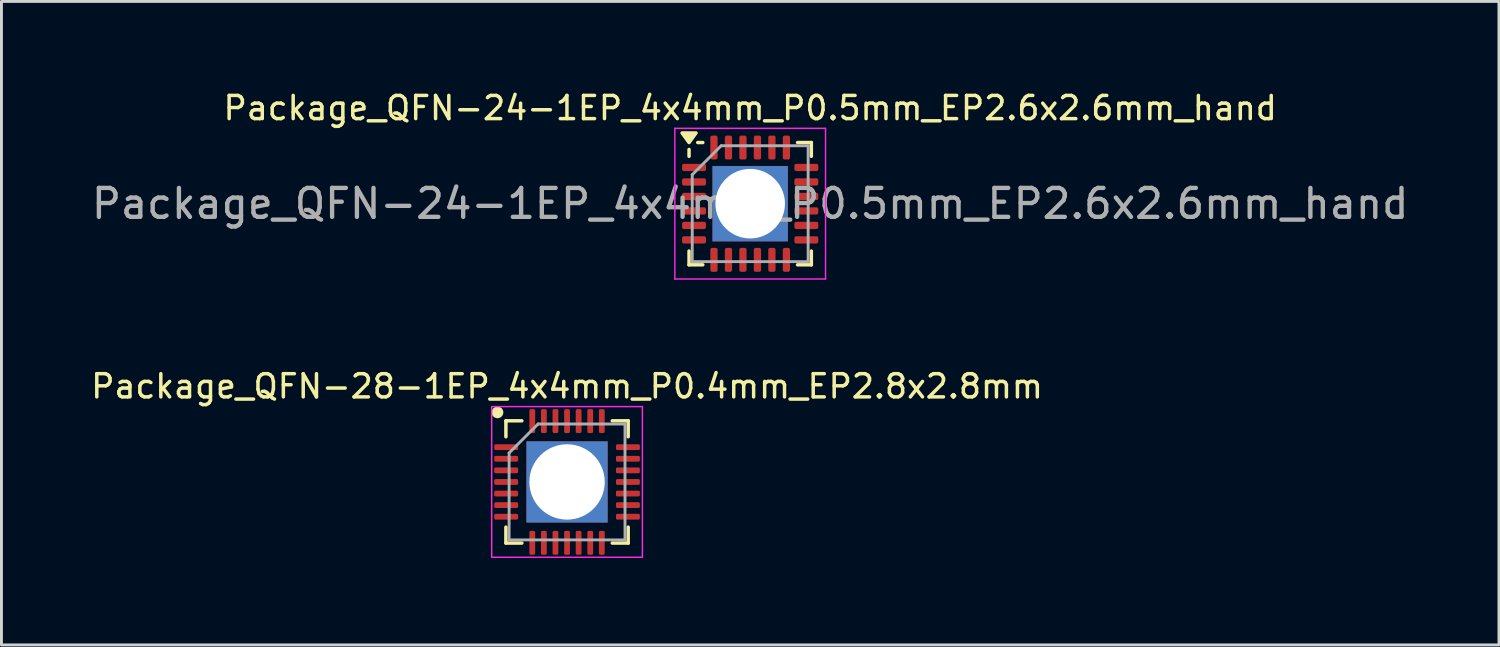
<source format=kicad_pcb>
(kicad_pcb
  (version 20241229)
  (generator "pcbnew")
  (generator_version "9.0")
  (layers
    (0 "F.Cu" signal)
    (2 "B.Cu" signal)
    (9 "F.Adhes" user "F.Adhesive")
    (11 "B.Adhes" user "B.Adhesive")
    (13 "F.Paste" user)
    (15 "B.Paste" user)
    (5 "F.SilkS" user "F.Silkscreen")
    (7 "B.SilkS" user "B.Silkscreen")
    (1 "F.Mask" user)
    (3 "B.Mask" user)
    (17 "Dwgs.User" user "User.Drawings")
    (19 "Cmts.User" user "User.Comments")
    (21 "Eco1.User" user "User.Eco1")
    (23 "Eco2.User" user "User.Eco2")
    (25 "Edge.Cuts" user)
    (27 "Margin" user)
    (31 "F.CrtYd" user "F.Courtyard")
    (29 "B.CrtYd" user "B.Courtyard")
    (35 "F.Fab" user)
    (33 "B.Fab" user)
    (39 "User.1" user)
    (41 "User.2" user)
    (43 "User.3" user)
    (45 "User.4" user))
  (footprint "Package_QFN-24-1EP_4x4mm_P0.5mm_EP2.6x2.6mm_hand"
    (layer "F.Cu")
    (at 22.839 3.979)
    (property "Reference" "Package_QFN-24-1EP_4x4mm_P0.5mm_EP2.6x2.6mm_hand" (at 0 -3.3 0) (layer "F.SilkS") (effects (font (size 0.8 0.8) (thickness 0.12))))
    (attr smd)
    (fp_line (start -2.11 -1.635) (end -2.11 -1.87) (stroke (width 0.12) (type solid)) (layer "F.SilkS"))
    (fp_line (start -2.11 2.11) (end -2.11 1.635) (stroke (width 0.12) (type solid)) (layer "F.SilkS"))
    (fp_line (start -1.635 -2.11) (end -1.81 -2.11) (stroke (width 0.12) (type solid)) (layer "F.SilkS"))
    (fp_line (start -1.635 2.11) (end -2.11 2.11) (stroke (width 0.12) (type solid)) (layer "F.SilkS"))
    (fp_line (start 1.635 -2.11) (end 2.11 -2.11) (stroke (width 0.12) (type solid)) (layer "F.SilkS"))
    (fp_line (start 1.635 2.11) (end 2.11 2.11) (stroke (width 0.12) (type solid)) (layer "F.SilkS"))
    (fp_line (start 2.11 -2.11) (end 2.11 -1.635) (stroke (width 0.12) (type solid)) (layer "F.SilkS"))
    (fp_line (start 2.11 2.11) (end 2.11 1.635) (stroke (width 0.12) (type solid)) (layer "F.SilkS"))
    (fp_poly (pts (xy -2.11 -2.11) (xy -2.35 -2.44) (xy -1.87 -2.44) (xy -2.11 -2.11)) (stroke (width 0.12) (type solid)) (fill yes) (layer "F.SilkS"))
    (fp_line (start -2.6 -2.6) (end -2.6 2.6) (stroke (width 0.05) (type solid)) (layer "F.CrtYd"))
    (fp_line (start -2.6 2.6) (end 2.6 2.6) (stroke (width 0.05) (type solid)) (layer "F.CrtYd"))
    (fp_line (start 2.6 -2.6) (end -2.6 -2.6) (stroke (width 0.05) (type solid)) (layer "F.CrtYd"))
    (fp_line (start 2.6 2.6) (end 2.6 -2.6) (stroke (width 0.05) (type solid)) (layer "F.CrtYd"))
    (fp_line (start -2 -1) (end -1 -2) (stroke (width 0.1) (type solid)) (layer "F.Fab"))
    (fp_line (start -2 2) (end -2 -1) (stroke (width 0.1) (type solid)) (layer "F.Fab"))
    (fp_line (start -1 -2) (end 2 -2) (stroke (width 0.1) (type solid)) (layer "F.Fab"))
    (fp_line (start 2 -2) (end 2 2) (stroke (width 0.1) (type solid)) (layer "F.Fab"))
    (fp_line (start 2 2) (end -2 2) (stroke (width 0.1) (type solid)) (layer "F.Fab"))
    (fp_text user "${REFERENCE}" (at 0 0 0) (layer "F.Fab") (effects (font (size 1 1) (thickness 0.15))))
    (pad "1" smd roundrect (at -1.938 -1.25) (size 0.825 0.25) (layers "F.Cu" "F.Mask" "F.Paste") (roundrect_rratio 0.25))
    (pad "2" smd roundrect (at -1.938 -0.75) (size 0.825 0.25) (layers "F.Cu" "F.Mask" "F.Paste") (roundrect_rratio 0.25))
    (pad "3" smd roundrect (at -1.938 -0.25) (size 0.825 0.25) (layers "F.Cu" "F.Mask" "F.Paste") (roundrect_rratio 0.25))
    (pad "4" smd roundrect (at -1.938 0.25) (size 0.825 0.25) (layers "F.Cu" "F.Mask" "F.Paste") (roundrect_rratio 0.25))
    (pad "5" smd roundrect (at -1.938 0.75) (size 0.825 0.25) (layers "F.Cu" "F.Mask" "F.Paste") (roundrect_rratio 0.25))
    (pad "6" smd roundrect (at -1.938 1.25) (size 0.825 0.25) (layers "F.Cu" "F.Mask" "F.Paste") (roundrect_rratio 0.25))
    (pad "7" smd roundrect (at -1.25 1.938) (size 0.25 0.825) (layers "F.Cu" "F.Mask" "F.Paste") (roundrect_rratio 0.25))
    (pad "8" smd roundrect (at -0.75 1.938) (size 0.25 0.825) (layers "F.Cu" "F.Mask" "F.Paste") (roundrect_rratio 0.25))
    (pad "9" smd roundrect (at -0.25 1.938) (size 0.25 0.825) (layers "F.Cu" "F.Mask" "F.Paste") (roundrect_rratio 0.25))
    (pad "10" smd roundrect (at 0.25 1.938) (size 0.25 0.825) (layers "F.Cu" "F.Mask" "F.Paste") (roundrect_rratio 0.25))
    (pad "11" smd roundrect (at 0.75 1.938) (size 0.25 0.825) (layers "F.Cu" "F.Mask" "F.Paste") (roundrect_rratio 0.25))
    (pad "12" smd roundrect (at 1.25 1.938) (size 0.25 0.825) (layers "F.Cu" "F.Mask" "F.Paste") (roundrect_rratio 0.25))
    (pad "13" smd roundrect (at 1.938 1.25) (size 0.825 0.25) (layers "F.Cu" "F.Mask" "F.Paste") (roundrect_rratio 0.25))
    (pad "14" smd roundrect (at 1.938 0.75) (size 0.825 0.25) (layers "F.Cu" "F.Mask" "F.Paste") (roundrect_rratio 0.25))
    (pad "15" smd roundrect (at 1.938 0.25) (size 0.825 0.25) (layers "F.Cu" "F.Mask" "F.Paste") (roundrect_rratio 0.25))
    (pad "16" smd roundrect (at 1.938 -0.25) (size 0.825 0.25) (layers "F.Cu" "F.Mask" "F.Paste") (roundrect_rratio 0.25))
    (pad "17" smd roundrect (at 1.938 -0.75) (size 0.825 0.25) (layers "F.Cu" "F.Mask" "F.Paste") (roundrect_rratio 0.25))
    (pad "18" smd roundrect (at 1.938 -1.25) (size 0.825 0.25) (layers "F.Cu" "F.Mask" "F.Paste") (roundrect_rratio 0.25))
    (pad "19" smd roundrect (at 1.25 -1.938) (size 0.25 0.825) (layers "F.Cu" "F.Mask" "F.Paste") (roundrect_rratio 0.25))
    (pad "20" smd roundrect (at 0.75 -1.938) (size 0.25 0.825) (layers "F.Cu" "F.Mask" "F.Paste") (roundrect_rratio 0.25))
    (pad "21" smd roundrect (at 0.25 -1.938) (size 0.25 0.825) (layers "F.Cu" "F.Mask" "F.Paste") (roundrect_rratio 0.25))
    (pad "22" smd roundrect (at -0.25 -1.938) (size 0.25 0.825) (layers "F.Cu" "F.Mask" "F.Paste") (roundrect_rratio 0.25))
    (pad "23" smd roundrect (at -0.75 -1.938) (size 0.25 0.825) (layers "F.Cu" "F.Mask" "F.Paste") (roundrect_rratio 0.25))
    (pad "24" smd roundrect (at -1.25 -1.938) (size 0.25 0.825) (layers "F.Cu" "F.Mask" "F.Paste") (roundrect_rratio 0.25))
    (pad "25" thru_hole rect (at 0 0) (size 2.6 2.6) (drill 2.4) (property pad_prop_heatsink) (layers "*.Cu" "*.Mask")))
  (footprint "Package_QFN-28-1EP_4x4mm_P0.4mm_EP2.8x2.8mm"
    (layer "F.Cu")
    (at 16.519 13.582)
    (property "Reference" "Package_QFN-28-1EP_4x4mm_P0.4mm_EP2.8x2.8mm" (at 0 -3.3 0) (layer "F.SilkS") (effects (font (size 0.8 0.8) (thickness 0.12))))
    (attr smd)
    (fp_line (start -2.11 -2.11) (end -2.11 -1.56) (stroke (width 0.12) (type solid)) (layer "F.SilkS"))
    (fp_line (start -2.11 2.11) (end -2.11 1.56) (stroke (width 0.12) (type solid)) (layer "F.SilkS"))
    (fp_line (start -1.56 -2.11) (end -2.11 -2.11) (stroke (width 0.12) (type solid)) (layer "F.SilkS"))
    (fp_line (start -1.56 2.11) (end -2.11 2.11) (stroke (width 0.12) (type solid)) (layer "F.SilkS"))
    (fp_line (start 1.56 -2.11) (end 2.11 -2.11) (stroke (width 0.12) (type solid)) (layer "F.SilkS"))
    (fp_line (start 1.56 2.11) (end 2.11 2.11) (stroke (width 0.12) (type solid)) (layer "F.SilkS"))
    (fp_line (start 2.11 -2.11) (end 2.11 -1.56) (stroke (width 0.12) (type solid)) (layer "F.SilkS"))
    (fp_line (start 2.11 2.11) (end 2.11 1.56) (stroke (width 0.12) (type solid)) (layer "F.SilkS"))
    (fp_circle (center -2.4 -2.4) (end -2.259 -2.4) (stroke (width 0.12) (type solid)) (fill yes) (layer "F.SilkS"))
    (fp_line (start -2.6 -2.6) (end -2.6 2.6) (stroke (width 0.05) (type solid)) (layer "F.CrtYd"))
    (fp_line (start -2.6 2.6) (end 2.6 2.6) (stroke (width 0.05) (type solid)) (layer "F.CrtYd"))
    (fp_line (start 2.6 -2.6) (end -2.6 -2.6) (stroke (width 0.05) (type solid)) (layer "F.CrtYd"))
    (fp_line (start 2.6 2.6) (end 2.6 -2.6) (stroke (width 0.05) (type solid)) (layer "F.CrtYd"))
    (fp_line (start -2 -1) (end -1 -2) (stroke (width 0.1) (type solid)) (layer "F.Fab"))
    (fp_line (start -2 2) (end -2 -1) (stroke (width 0.1) (type solid)) (layer "F.Fab"))
    (fp_line (start -1 -2) (end 2 -2) (stroke (width 0.1) (type solid)) (layer "F.Fab"))
    (fp_line (start 2 -2) (end 2 2) (stroke (width 0.1) (type solid)) (layer "F.Fab"))
    (fp_line (start 2 2) (end -2 2) (stroke (width 0.1) (type solid)) (layer "F.Fab"))
    (pad "0" thru_hole rect (at 0 0) (size 2.8 2.8) (drill 2.6) (layers "*.Cu" "*.Mask"))
    (pad "1" smd roundrect (at -2.1 -1.2) (size 0.825 0.2) (layers "F.Cu" "F.Mask" "F.Paste") (roundrect_rratio 0.25))
    (pad "2" smd roundrect (at -2.1 -0.8) (size 0.825 0.2) (layers "F.Cu" "F.Mask" "F.Paste") (roundrect_rratio 0.25))
    (pad "3" smd roundrect (at -2.1 -0.4) (size 0.825 0.2) (layers "F.Cu" "F.Mask" "F.Paste") (roundrect_rratio 0.25))
    (pad "4" smd roundrect (at -2.1 0) (size 0.825 0.2) (layers "F.Cu" "F.Mask" "F.Paste") (roundrect_rratio 0.25))
    (pad "5" smd roundrect (at -2.1 0.4) (size 0.825 0.2) (layers "F.Cu" "F.Mask" "F.Paste") (roundrect_rratio 0.25))
    (pad "6" smd roundrect (at -2.1 0.8) (size 0.825 0.2) (layers "F.Cu" "F.Mask" "F.Paste") (roundrect_rratio 0.25))
    (pad "7" smd roundrect (at -2.1 1.2) (size 0.825 0.2) (layers "F.Cu" "F.Mask" "F.Paste") (roundrect_rratio 0.25))
    (pad "8" smd roundrect (at -1.2 2.1) (size 0.2 0.825) (layers "F.Cu" "F.Mask" "F.Paste") (roundrect_rratio 0.25))
    (pad "9" smd roundrect (at -0.8 2.1) (size 0.2 0.825) (layers "F.Cu" "F.Mask" "F.Paste") (roundrect_rratio 0.25))
    (pad "10" smd roundrect (at -0.4 2.1) (size 0.2 0.825) (layers "F.Cu" "F.Mask" "F.Paste") (roundrect_rratio 0.25))
    (pad "11" smd roundrect (at 0 2.1) (size 0.2 0.825) (layers "F.Cu" "F.Mask" "F.Paste") (roundrect_rratio 0.25))
    (pad "12" smd roundrect (at 0.4 2.1) (size 0.2 0.825) (layers "F.Cu" "F.Mask" "F.Paste") (roundrect_rratio 0.25))
    (pad "13" smd roundrect (at 0.8 2.1) (size 0.2 0.825) (layers "F.Cu" "F.Mask" "F.Paste") (roundrect_rratio 0.25))
    (pad "14" smd roundrect (at 1.2 2.1) (size 0.2 0.825) (layers "F.Cu" "F.Mask" "F.Paste") (roundrect_rratio 0.25))
    (pad "15" smd roundrect (at 2.1 1.2) (size 0.825 0.2) (layers "F.Cu" "F.Mask" "F.Paste") (roundrect_rratio 0.25))
    (pad "16" smd roundrect (at 2.1 0.8) (size 0.825 0.2) (layers "F.Cu" "F.Mask" "F.Paste") (roundrect_rratio 0.25))
    (pad "17" smd roundrect (at 2.1 0.4) (size 0.825 0.2) (layers "F.Cu" "F.Mask" "F.Paste") (roundrect_rratio 0.25))
    (pad "18" smd roundrect (at 2.1 0) (size 0.825 0.2) (layers "F.Cu" "F.Mask" "F.Paste") (roundrect_rratio 0.25))
    (pad "19" smd roundrect (at 2.1 -0.4) (size 0.825 0.2) (layers "F.Cu" "F.Mask" "F.Paste") (roundrect_rratio 0.25))
    (pad "20" smd roundrect (at 2.1 -0.8) (size 0.825 0.2) (layers "F.Cu" "F.Mask" "F.Paste") (roundrect_rratio 0.25))
    (pad "21" smd roundrect (at 2.1 -1.2) (size 0.825 0.2) (layers "F.Cu" "F.Mask" "F.Paste") (roundrect_rratio 0.25))
    (pad "22" smd roundrect (at 1.2 -2.1) (size 0.2 0.825) (layers "F.Cu" "F.Mask" "F.Paste") (roundrect_rratio 0.25))
    (pad "23" smd roundrect (at 0.8 -2.1) (size 0.2 0.825) (layers "F.Cu" "F.Mask" "F.Paste") (roundrect_rratio 0.25))
    (pad "24" smd roundrect (at 0.4 -2.1) (size 0.2 0.825) (layers "F.Cu" "F.Mask" "F.Paste") (roundrect_rratio 0.25))
    (pad "25" smd roundrect (at 0 -2.1) (size 0.2 0.825) (layers "F.Cu" "F.Mask" "F.Paste") (roundrect_rratio 0.25))
    (pad "26" smd roundrect (at -0.4 -2.1) (size 0.2 0.825) (layers "F.Cu" "F.Mask" "F.Paste") (roundrect_rratio 0.25))
    (pad "27" smd roundrect (at -0.8 -2.1) (size 0.2 0.825) (layers "F.Cu" "F.Mask" "F.Paste") (roundrect_rratio 0.25))
    (pad "28" smd roundrect (at -1.2 -2.1) (size 0.2 0.825) (layers "F.Cu" "F.Mask" "F.Paste") (roundrect_rratio 0.25)))
  (gr_rect
    (start -3 -3)
    (end 48.679 19.207)
    (stroke (width 0.1) (type default))
    (fill no)
    (layer "Edge.Cuts")))
</source>
